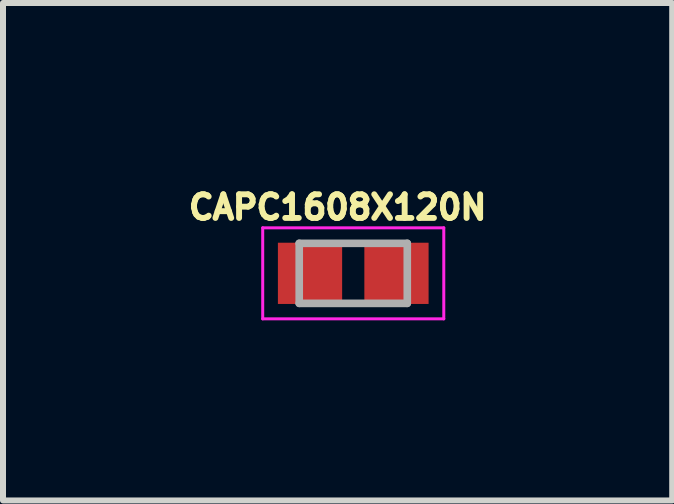
<source format=kicad_pcb>
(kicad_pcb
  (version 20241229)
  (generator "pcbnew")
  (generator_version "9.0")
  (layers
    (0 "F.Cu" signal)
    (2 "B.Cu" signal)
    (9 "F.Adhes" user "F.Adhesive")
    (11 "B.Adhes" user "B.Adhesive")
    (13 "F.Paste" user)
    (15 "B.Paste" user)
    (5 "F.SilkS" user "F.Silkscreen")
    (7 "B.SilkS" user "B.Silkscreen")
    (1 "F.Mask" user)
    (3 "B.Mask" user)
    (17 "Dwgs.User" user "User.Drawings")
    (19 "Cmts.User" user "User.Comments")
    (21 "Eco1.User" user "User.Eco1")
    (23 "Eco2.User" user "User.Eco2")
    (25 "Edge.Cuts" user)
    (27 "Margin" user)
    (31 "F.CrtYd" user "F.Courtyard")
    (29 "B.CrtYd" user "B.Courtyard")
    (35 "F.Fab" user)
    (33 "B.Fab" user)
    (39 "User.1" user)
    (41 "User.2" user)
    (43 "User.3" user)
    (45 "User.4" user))
  (footprint "CAPC1608X120N"
    (layer "F.Cu")
    (at 2.834 1.503)
    (property "Reference" "CAPC1608X120N" (at -0.26 -1.1 0) (layer "F.SilkS") (effects (font (size 0.394 0.394) (thickness 0.15))))
    (attr smd)
    (fp_line (start -1.508 -0.758) (end 1.508 -0.758) (stroke (width 0.05) (type solid)) (layer "F.CrtYd"))
    (fp_line (start -1.508 0.758) (end -1.508 -0.758) (stroke (width 0.05) (type solid)) (layer "F.CrtYd"))
    (fp_line (start -1.508 0.758) (end 1.508 0.758) (stroke (width 0.05) (type solid)) (layer "F.CrtYd"))
    (fp_line (start 1.508 0.758) (end 1.508 -0.758) (stroke (width 0.05) (type solid)) (layer "F.CrtYd"))
    (fp_line (start -0.9 0.5) (end -0.9 -0.5) (stroke (width 0.127) (type solid)) (layer "F.Fab"))
    (fp_line (start 0.9 -0.5) (end -0.9 -0.5) (stroke (width 0.127) (type solid)) (layer "F.Fab"))
    (fp_line (start 0.9 0.5) (end -0.9 0.5) (stroke (width 0.127) (type solid)) (layer "F.Fab"))
    (fp_line (start 0.9 0.5) (end 0.9 -0.5) (stroke (width 0.127) (type solid)) (layer "F.Fab"))
    (pad "1" smd rect (at -0.72 0) (size 1.07 1.02) (layers "F.Cu" "F.Mask" "F.Paste"))
    (pad "2" smd rect (at 0.72 0) (size 1.07 1.02) (layers "F.Cu" "F.Mask" "F.Paste")))
  (gr_rect
    (start -3 -3)
    (end 8.147 5.286)
    (stroke (width 0.1) (type default))
    (fill no)
    (layer "Edge.Cuts")))
</source>
